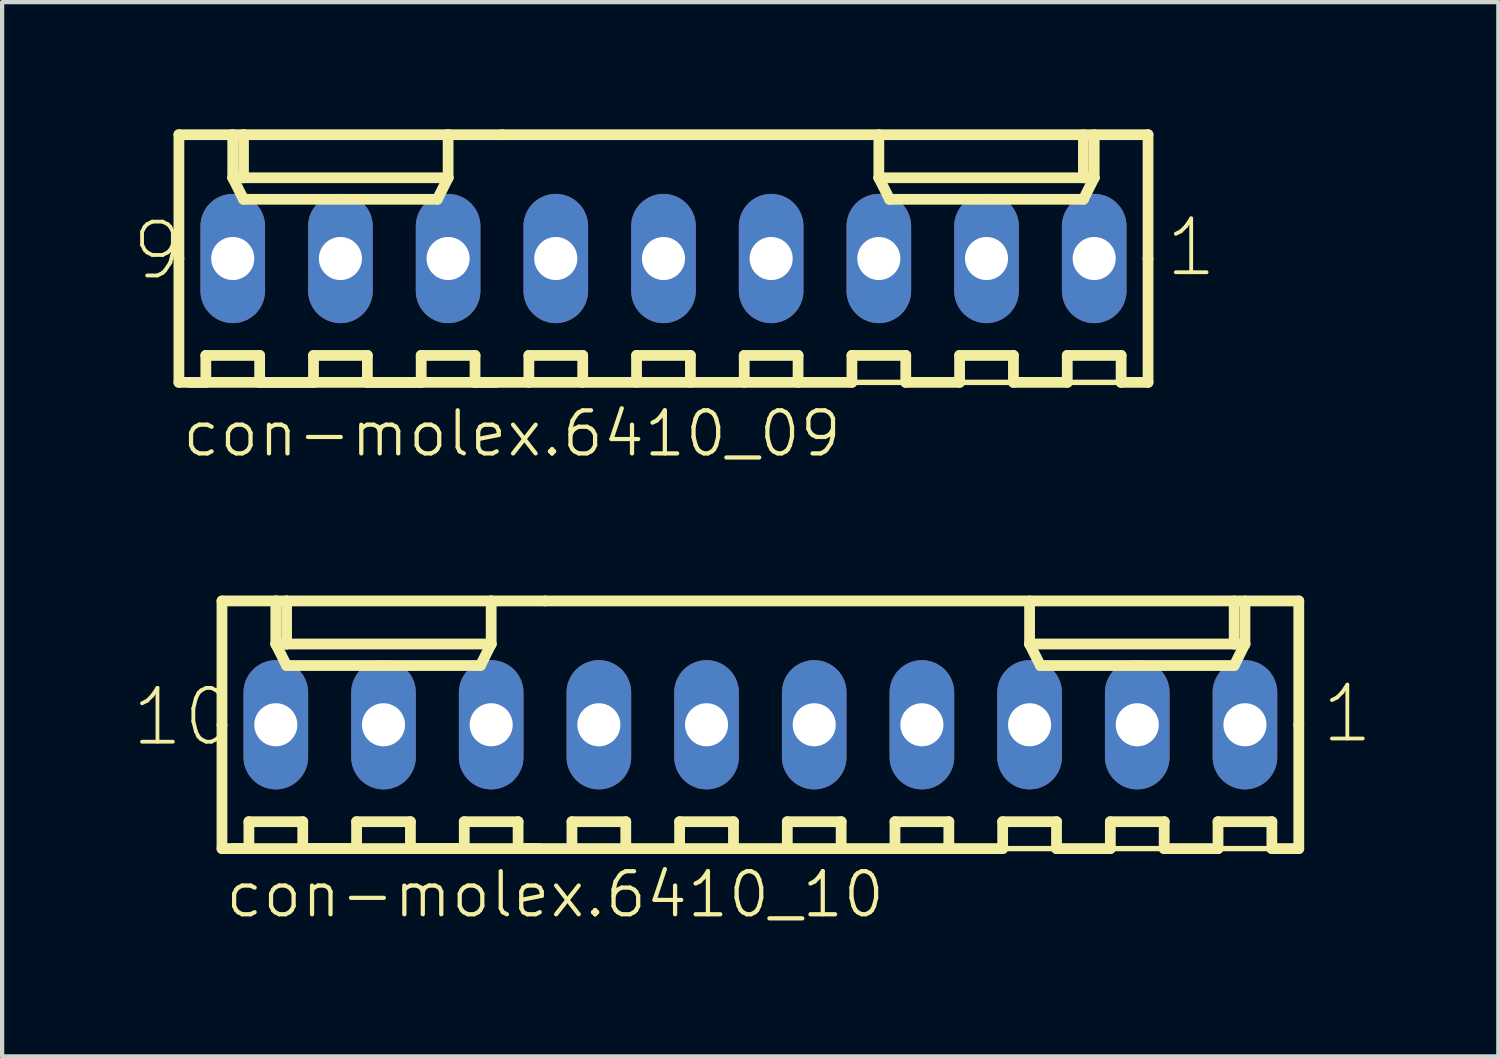
<source format=kicad_pcb>
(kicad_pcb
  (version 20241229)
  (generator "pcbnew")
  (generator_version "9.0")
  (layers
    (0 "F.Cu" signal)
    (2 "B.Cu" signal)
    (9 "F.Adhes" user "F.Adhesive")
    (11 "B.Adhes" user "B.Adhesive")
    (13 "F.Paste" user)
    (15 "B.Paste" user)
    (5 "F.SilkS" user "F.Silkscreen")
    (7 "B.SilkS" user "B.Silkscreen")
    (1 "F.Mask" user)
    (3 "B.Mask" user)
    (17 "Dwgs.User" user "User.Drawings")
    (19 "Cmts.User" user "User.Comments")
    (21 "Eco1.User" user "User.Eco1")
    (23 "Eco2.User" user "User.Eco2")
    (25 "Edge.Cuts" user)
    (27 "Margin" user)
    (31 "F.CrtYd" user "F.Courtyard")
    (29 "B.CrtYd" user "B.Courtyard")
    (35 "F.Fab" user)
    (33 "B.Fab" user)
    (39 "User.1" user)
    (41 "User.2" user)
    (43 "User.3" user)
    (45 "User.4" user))
  (footprint "con-molex.6410_10"
    (layer "F.Cu")
    (at 14.886 14.046)
    (property "Reference" "con-molex.6410_10" (at -12.673 4.599 0) (layer "F.SilkS") (effects (font (size 1.016 1.016) (thickness 0.1)) (justify left bottom)))
    (attr through_hole)
    (fp_line (start -12.7 -2.921) (end -11.43 -2.921) (stroke (width 0.254) (type default)) (layer "F.SilkS"))
    (fp_line (start -12.7 0) (end -12.7 -2.921) (stroke (width 0.254) (type default)) (layer "F.SilkS"))
    (fp_line (start -12.7 0) (end -12.7 2.921) (stroke (width 0.254) (type default)) (layer "F.SilkS"))
    (fp_line (start -12.7 2.921) (end -5.207 2.921) (stroke (width 0.254) (type default)) (layer "F.SilkS"))
    (fp_line (start -12.446 2.921) (end -12.065 2.921) (stroke (width 0.254) (type default)) (layer "F.SilkS"))
    (fp_line (start -12.065 2.286) (end -10.795 2.286) (stroke (width 0.254) (type default)) (layer "F.SilkS"))
    (fp_line (start -12.065 2.921) (end -12.065 2.286) (stroke (width 0.254) (type default)) (layer "F.SilkS"))
    (fp_line (start -11.43 -2.921) (end -11.176 -2.921) (stroke (width 0.254) (type default)) (layer "F.SilkS"))
    (fp_line (start -11.43 -2.54) (end -11.43 -2.921) (stroke (width 0.127) (type default)) (layer "F.SilkS"))
    (fp_line (start -11.43 -1.905) (end -11.43 -2.921) (stroke (width 0.254) (type default)) (layer "F.SilkS"))
    (fp_line (start -11.43 -1.905) (end -11.176 -1.905) (stroke (width 0.254) (type default)) (layer "F.SilkS"))
    (fp_line (start -11.43 -1.905) (end -11.176 -1.397) (stroke (width 0.254) (type default)) (layer "F.SilkS"))
    (fp_line (start -11.176 -2.921) (end -11.176 -1.905) (stroke (width 0.254) (type default)) (layer "F.SilkS"))
    (fp_line (start -11.176 -2.921) (end -6.35 -2.921) (stroke (width 0.254) (type default)) (layer "F.SilkS"))
    (fp_line (start -11.176 -1.905) (end -6.35 -1.905) (stroke (width 0.254) (type default)) (layer "F.SilkS"))
    (fp_line (start -11.176 -1.397) (end -6.604 -1.397) (stroke (width 0.254) (type default)) (layer "F.SilkS"))
    (fp_line (start -10.795 2.286) (end -10.795 2.921) (stroke (width 0.254) (type default)) (layer "F.SilkS"))
    (fp_line (start -10.795 2.921) (end -9.525 2.921) (stroke (width 0.254) (type default)) (layer "F.SilkS"))
    (fp_line (start -9.525 2.286) (end -8.255 2.286) (stroke (width 0.254) (type default)) (layer "F.SilkS"))
    (fp_line (start -9.525 2.921) (end -9.525 2.286) (stroke (width 0.254) (type default)) (layer "F.SilkS"))
    (fp_line (start -8.255 2.286) (end -8.255 2.921) (stroke (width 0.254) (type default)) (layer "F.SilkS"))
    (fp_line (start -8.255 2.921) (end -6.985 2.921) (stroke (width 0.254) (type default)) (layer "F.SilkS"))
    (fp_line (start -6.985 2.286) (end -5.715 2.286) (stroke (width 0.254) (type default)) (layer "F.SilkS"))
    (fp_line (start -6.985 2.921) (end -6.985 2.286) (stroke (width 0.254) (type default)) (layer "F.SilkS"))
    (fp_line (start -6.604 -1.397) (end -6.35 -1.905) (stroke (width 0.254) (type default)) (layer "F.SilkS"))
    (fp_line (start -6.35 -2.921) (end -5.08 -2.921) (stroke (width 0.254) (type default)) (layer "F.SilkS"))
    (fp_line (start -6.35 -1.905) (end -6.35 -2.921) (stroke (width 0.254) (type default)) (layer "F.SilkS"))
    (fp_line (start -5.715 2.286) (end -5.715 2.921) (stroke (width 0.254) (type default)) (layer "F.SilkS"))
    (fp_line (start -5.715 2.921) (end 5.715 2.921) (stroke (width 0.254) (type default)) (layer "F.SilkS"))
    (fp_line (start -4.445 2.286) (end -3.175 2.286) (stroke (width 0.254) (type default)) (layer "F.SilkS"))
    (fp_line (start -4.445 2.921) (end -4.445 2.286) (stroke (width 0.254) (type default)) (layer "F.SilkS"))
    (fp_line (start -3.175 2.286) (end -3.175 2.921) (stroke (width 0.254) (type default)) (layer "F.SilkS"))
    (fp_line (start -1.905 2.286) (end -0.635 2.286) (stroke (width 0.254) (type default)) (layer "F.SilkS"))
    (fp_line (start -1.905 2.921) (end -1.905 2.286) (stroke (width 0.254) (type default)) (layer "F.SilkS"))
    (fp_line (start -0.635 2.286) (end -0.635 2.921) (stroke (width 0.254) (type default)) (layer "F.SilkS"))
    (fp_line (start 0.635 2.286) (end 1.905 2.286) (stroke (width 0.254) (type default)) (layer "F.SilkS"))
    (fp_line (start 0.635 2.921) (end 0.635 2.286) (stroke (width 0.254) (type default)) (layer "F.SilkS"))
    (fp_line (start 1.905 2.286) (end 1.905 2.921) (stroke (width 0.254) (type default)) (layer "F.SilkS"))
    (fp_line (start 3.175 2.286) (end 4.445 2.286) (stroke (width 0.254) (type default)) (layer "F.SilkS"))
    (fp_line (start 3.175 2.921) (end 3.175 2.286) (stroke (width 0.254) (type default)) (layer "F.SilkS"))
    (fp_line (start 4.445 2.286) (end 4.445 2.921) (stroke (width 0.254) (type default)) (layer "F.SilkS"))
    (fp_line (start 5.715 2.286) (end 6.985 2.286) (stroke (width 0.254) (type default)) (layer "F.SilkS"))
    (fp_line (start 5.715 2.921) (end 5.715 2.286) (stroke (width 0.254) (type default)) (layer "F.SilkS"))
    (fp_line (start 6.35 -1.905) (end 6.35 -2.921) (stroke (width 0.254) (type default)) (layer "F.SilkS"))
    (fp_line (start 6.35 -1.905) (end 6.604 -1.397) (stroke (width 0.254) (type default)) (layer "F.SilkS"))
    (fp_line (start 6.35 -1.905) (end 11.176 -1.905) (stroke (width 0.254) (type default)) (layer "F.SilkS"))
    (fp_line (start 6.604 -1.397) (end 11.176 -1.397) (stroke (width 0.254) (type default)) (layer "F.SilkS"))
    (fp_line (start 6.985 2.286) (end 6.985 2.921) (stroke (width 0.254) (type default)) (layer "F.SilkS"))
    (fp_line (start 6.985 2.921) (end 8.255 2.921) (stroke (width 0.254) (type default)) (layer "F.SilkS"))
    (fp_line (start 8.255 2.286) (end 9.525 2.286) (stroke (width 0.254) (type default)) (layer "F.SilkS"))
    (fp_line (start 8.255 2.921) (end 8.255 2.286) (stroke (width 0.254) (type default)) (layer "F.SilkS"))
    (fp_line (start 9.525 2.286) (end 9.525 2.921) (stroke (width 0.254) (type default)) (layer "F.SilkS"))
    (fp_line (start 9.525 2.921) (end 10.795 2.921) (stroke (width 0.254) (type default)) (layer "F.SilkS"))
    (fp_line (start 10.795 2.286) (end 12.065 2.286) (stroke (width 0.254) (type default)) (layer "F.SilkS"))
    (fp_line (start 10.795 2.921) (end 10.795 2.286) (stroke (width 0.254) (type default)) (layer "F.SilkS"))
    (fp_line (start 11.176 -2.921) (end 11.176 -1.905) (stroke (width 0.254) (type default)) (layer "F.SilkS"))
    (fp_line (start 11.176 -1.905) (end 11.43 -1.905) (stroke (width 0.254) (type default)) (layer "F.SilkS"))
    (fp_line (start 11.176 -1.397) (end 11.43 -1.905) (stroke (width 0.254) (type default)) (layer "F.SilkS"))
    (fp_line (start 11.43 -1.905) (end 11.43 -2.921) (stroke (width 0.254) (type default)) (layer "F.SilkS"))
    (fp_line (start 12.065 2.286) (end 12.065 2.921) (stroke (width 0.254) (type default)) (layer "F.SilkS"))
    (fp_line (start 12.065 2.921) (end 12.7 2.921) (stroke (width 0.254) (type default)) (layer "F.SilkS"))
    (fp_line (start 12.7 -2.921) (end -5.08 -2.921) (stroke (width 0.254) (type default)) (layer "F.SilkS"))
    (fp_line (start 12.7 0) (end 12.7 -2.921) (stroke (width 0.254) (type default)) (layer "F.SilkS"))
    (fp_line (start 12.7 0) (end 12.7 2.921) (stroke (width 0.254) (type default)) (layer "F.SilkS"))
    (fp_line (start 12.7 2.921) (end -5.207 2.921) (stroke (width 0.127) (type default)) (layer "F.SilkS"))
    (fp_rect (start -11.684 0.254) (end -11.176 -0.254) (stroke (width 0.05) (type default)) (fill no) (layer "F.Fab"))
    (fp_rect (start -9.144 0.254) (end -8.636 -0.254) (stroke (width 0.05) (type default)) (fill no) (layer "F.Fab"))
    (fp_rect (start -6.604 0.254) (end -6.096 -0.254) (stroke (width 0.05) (type default)) (fill no) (layer "F.Fab"))
    (fp_rect (start -4.064 0.254) (end -3.556 -0.254) (stroke (width 0.05) (type default)) (fill no) (layer "F.Fab"))
    (fp_rect (start -1.524 0.254) (end -1.016 -0.254) (stroke (width 0.05) (type default)) (fill no) (layer "F.Fab"))
    (fp_rect (start 1.016 0.254) (end 1.524 -0.254) (stroke (width 0.05) (type default)) (fill no) (layer "F.Fab"))
    (fp_rect (start 3.556 0.254) (end 4.064 -0.254) (stroke (width 0.05) (type default)) (fill no) (layer "F.Fab"))
    (fp_rect (start 6.096 0.254) (end 6.604 -0.254) (stroke (width 0.05) (type default)) (fill no) (layer "F.Fab"))
    (fp_rect (start 8.636 0.254) (end 9.144 -0.254) (stroke (width 0.05) (type default)) (fill no) (layer "F.Fab"))
    (fp_rect (start 11.176 0.254) (end 11.684 -0.254) (stroke (width 0.05) (type default)) (fill no) (layer "F.Fab"))
    (fp_text user "10" (at -14.886 0.56 0) (layer "F.SilkS") (effects (font (size 1.27 1.27) (thickness 0.09)) (justify left bottom)))
    (fp_text user "1" (at 13.181 0.484 0) (layer "F.SilkS") (effects (font (size 1.27 1.27) (thickness 0.09)) (justify left bottom)))
    (pad "1" thru_hole oval (at 11.43 0 90) (size 3.048 1.524) (drill 1.016) (layers "*.Cu" "*.Mask"))
    (pad "2" thru_hole oval (at 8.89 0 90) (size 3.048 1.524) (drill 1.016) (layers "*.Cu" "*.Mask"))
    (pad "3" thru_hole oval (at 6.35 0 90) (size 3.048 1.524) (drill 1.016) (layers "*.Cu" "*.Mask"))
    (pad "4" thru_hole oval (at 3.81 0 90) (size 3.048 1.524) (drill 1.016) (layers "*.Cu" "*.Mask"))
    (pad "5" thru_hole oval (at 1.27 0 90) (size 3.048 1.524) (drill 1.016) (layers "*.Cu" "*.Mask"))
    (pad "6" thru_hole oval (at -1.27 0 90) (size 3.048 1.524) (drill 1.016) (layers "*.Cu" "*.Mask"))
    (pad "7" thru_hole oval (at -3.81 0 90) (size 3.048 1.524) (drill 1.016) (layers "*.Cu" "*.Mask"))
    (pad "8" thru_hole oval (at -6.35 0 90) (size 3.048 1.524) (drill 1.016) (layers "*.Cu" "*.Mask"))
    (pad "9" thru_hole oval (at -8.89 0 90) (size 3.048 1.524) (drill 1.016) (layers "*.Cu" "*.Mask"))
    (pad "10" thru_hole oval (at -11.43 0 90) (size 3.048 1.524) (drill 1.016) (layers "*.Cu" "*.Mask")))
  (footprint "con-molex.6410_09"
    (layer "F.Cu")
    (at 12.6 3.048)
    (property "Reference" "con-molex.6410_09" (at -11.403 4.726 0) (layer "F.SilkS") (effects (font (size 1.016 1.016) (thickness 0.1)) (justify left bottom)))
    (attr through_hole)
    (fp_line (start -11.43 -2.921) (end -10.16 -2.921) (stroke (width 0.254) (type default)) (layer "F.SilkS"))
    (fp_line (start -11.43 0) (end -11.43 -2.921) (stroke (width 0.254) (type default)) (layer "F.SilkS"))
    (fp_line (start -11.43 0) (end -11.43 2.921) (stroke (width 0.254) (type default)) (layer "F.SilkS"))
    (fp_line (start -11.43 2.921) (end -3.937 2.921) (stroke (width 0.254) (type default)) (layer "F.SilkS"))
    (fp_line (start -11.176 2.921) (end -10.795 2.921) (stroke (width 0.254) (type default)) (layer "F.SilkS"))
    (fp_line (start -10.795 2.286) (end -9.525 2.286) (stroke (width 0.254) (type default)) (layer "F.SilkS"))
    (fp_line (start -10.795 2.921) (end -10.795 2.286) (stroke (width 0.254) (type default)) (layer "F.SilkS"))
    (fp_line (start -10.16 -2.921) (end -9.906 -2.921) (stroke (width 0.254) (type default)) (layer "F.SilkS"))
    (fp_line (start -10.16 -2.54) (end -10.16 -2.921) (stroke (width 0.127) (type default)) (layer "F.SilkS"))
    (fp_line (start -10.16 -1.905) (end -10.16 -2.921) (stroke (width 0.254) (type default)) (layer "F.SilkS"))
    (fp_line (start -10.16 -1.905) (end -9.906 -1.905) (stroke (width 0.254) (type default)) (layer "F.SilkS"))
    (fp_line (start -10.16 -1.905) (end -9.906 -1.397) (stroke (width 0.254) (type default)) (layer "F.SilkS"))
    (fp_line (start -9.906 -2.921) (end -9.906 -1.905) (stroke (width 0.254) (type default)) (layer "F.SilkS"))
    (fp_line (start -9.906 -2.921) (end -5.08 -2.921) (stroke (width 0.254) (type default)) (layer "F.SilkS"))
    (fp_line (start -9.906 -1.905) (end -5.08 -1.905) (stroke (width 0.254) (type default)) (layer "F.SilkS"))
    (fp_line (start -9.906 -1.397) (end -5.334 -1.397) (stroke (width 0.254) (type default)) (layer "F.SilkS"))
    (fp_line (start -9.525 2.286) (end -9.525 2.921) (stroke (width 0.254) (type default)) (layer "F.SilkS"))
    (fp_line (start -9.525 2.921) (end -8.255 2.921) (stroke (width 0.254) (type default)) (layer "F.SilkS"))
    (fp_line (start -8.255 2.286) (end -6.985 2.286) (stroke (width 0.254) (type default)) (layer "F.SilkS"))
    (fp_line (start -8.255 2.921) (end -8.255 2.286) (stroke (width 0.254) (type default)) (layer "F.SilkS"))
    (fp_line (start -6.985 2.286) (end -6.985 2.921) (stroke (width 0.254) (type default)) (layer "F.SilkS"))
    (fp_line (start -6.985 2.921) (end -5.715 2.921) (stroke (width 0.254) (type default)) (layer "F.SilkS"))
    (fp_line (start -5.715 2.286) (end -4.445 2.286) (stroke (width 0.254) (type default)) (layer "F.SilkS"))
    (fp_line (start -5.715 2.921) (end -5.715 2.286) (stroke (width 0.254) (type default)) (layer "F.SilkS"))
    (fp_line (start -5.334 -1.397) (end -5.08 -1.905) (stroke (width 0.254) (type default)) (layer "F.SilkS"))
    (fp_line (start -5.08 -2.921) (end -3.81 -2.921) (stroke (width 0.254) (type default)) (layer "F.SilkS"))
    (fp_line (start -5.08 -1.905) (end -5.08 -2.921) (stroke (width 0.254) (type default)) (layer "F.SilkS"))
    (fp_line (start -4.445 2.286) (end -4.445 2.921) (stroke (width 0.254) (type default)) (layer "F.SilkS"))
    (fp_line (start -4.445 2.921) (end 4.445 2.921) (stroke (width 0.254) (type default)) (layer "F.SilkS"))
    (fp_line (start -3.175 2.286) (end -1.905 2.286) (stroke (width 0.254) (type default)) (layer "F.SilkS"))
    (fp_line (start -3.175 2.921) (end -3.175 2.286) (stroke (width 0.254) (type default)) (layer "F.SilkS"))
    (fp_line (start -1.905 2.286) (end -1.905 2.921) (stroke (width 0.254) (type default)) (layer "F.SilkS"))
    (fp_line (start -0.635 2.286) (end 0.635 2.286) (stroke (width 0.254) (type default)) (layer "F.SilkS"))
    (fp_line (start -0.635 2.921) (end -0.635 2.286) (stroke (width 0.254) (type default)) (layer "F.SilkS"))
    (fp_line (start 0.635 2.286) (end 0.635 2.921) (stroke (width 0.254) (type default)) (layer "F.SilkS"))
    (fp_line (start 1.905 2.286) (end 3.175 2.286) (stroke (width 0.254) (type default)) (layer "F.SilkS"))
    (fp_line (start 1.905 2.921) (end 1.905 2.286) (stroke (width 0.254) (type default)) (layer "F.SilkS"))
    (fp_line (start 3.175 2.286) (end 3.175 2.921) (stroke (width 0.254) (type default)) (layer "F.SilkS"))
    (fp_line (start 4.445 2.286) (end 5.715 2.286) (stroke (width 0.254) (type default)) (layer "F.SilkS"))
    (fp_line (start 4.445 2.921) (end 4.445 2.286) (stroke (width 0.254) (type default)) (layer "F.SilkS"))
    (fp_line (start 5.08 -1.905) (end 5.08 -2.921) (stroke (width 0.254) (type default)) (layer "F.SilkS"))
    (fp_line (start 5.08 -1.905) (end 5.334 -1.397) (stroke (width 0.254) (type default)) (layer "F.SilkS"))
    (fp_line (start 5.08 -1.905) (end 9.906 -1.905) (stroke (width 0.254) (type default)) (layer "F.SilkS"))
    (fp_line (start 5.334 -1.397) (end 9.906 -1.397) (stroke (width 0.254) (type default)) (layer "F.SilkS"))
    (fp_line (start 5.715 2.286) (end 5.715 2.921) (stroke (width 0.254) (type default)) (layer "F.SilkS"))
    (fp_line (start 5.715 2.921) (end 6.985 2.921) (stroke (width 0.254) (type default)) (layer "F.SilkS"))
    (fp_line (start 6.985 2.286) (end 8.255 2.286) (stroke (width 0.254) (type default)) (layer "F.SilkS"))
    (fp_line (start 6.985 2.921) (end 6.985 2.286) (stroke (width 0.254) (type default)) (layer "F.SilkS"))
    (fp_line (start 8.255 2.286) (end 8.255 2.921) (stroke (width 0.254) (type default)) (layer "F.SilkS"))
    (fp_line (start 8.255 2.921) (end 9.525 2.921) (stroke (width 0.254) (type default)) (layer "F.SilkS"))
    (fp_line (start 9.525 2.286) (end 10.795 2.286) (stroke (width 0.254) (type default)) (layer "F.SilkS"))
    (fp_line (start 9.525 2.921) (end 9.525 2.286) (stroke (width 0.254) (type default)) (layer "F.SilkS"))
    (fp_line (start 9.906 -2.921) (end 9.906 -1.905) (stroke (width 0.254) (type default)) (layer "F.SilkS"))
    (fp_line (start 9.906 -1.905) (end 10.16 -1.905) (stroke (width 0.254) (type default)) (layer "F.SilkS"))
    (fp_line (start 9.906 -1.397) (end 10.16 -1.905) (stroke (width 0.254) (type default)) (layer "F.SilkS"))
    (fp_line (start 10.16 -1.905) (end 10.16 -2.921) (stroke (width 0.254) (type default)) (layer "F.SilkS"))
    (fp_line (start 10.795 2.286) (end 10.795 2.921) (stroke (width 0.254) (type default)) (layer "F.SilkS"))
    (fp_line (start 10.795 2.921) (end 11.43 2.921) (stroke (width 0.254) (type default)) (layer "F.SilkS"))
    (fp_line (start 11.43 -2.921) (end -3.81 -2.921) (stroke (width 0.254) (type default)) (layer "F.SilkS"))
    (fp_line (start 11.43 0) (end 11.43 -2.921) (stroke (width 0.254) (type default)) (layer "F.SilkS"))
    (fp_line (start 11.43 0) (end 11.43 2.921) (stroke (width 0.254) (type default)) (layer "F.SilkS"))
    (fp_line (start 11.43 2.921) (end -3.937 2.921) (stroke (width 0.127) (type default)) (layer "F.SilkS"))
    (fp_rect (start -10.414 0.254) (end -9.906 -0.254) (stroke (width 0.05) (type default)) (fill no) (layer "F.Fab"))
    (fp_rect (start -7.874 0.254) (end -7.366 -0.254) (stroke (width 0.05) (type default)) (fill no) (layer "F.Fab"))
    (fp_rect (start -5.334 0.254) (end -4.826 -0.254) (stroke (width 0.05) (type default)) (fill no) (layer "F.Fab"))
    (fp_rect (start -2.794 0.254) (end -2.286 -0.254) (stroke (width 0.05) (type default)) (fill no) (layer "F.Fab"))
    (fp_rect (start -0.254 0.254) (end 0.254 -0.254) (stroke (width 0.05) (type default)) (fill no) (layer "F.Fab"))
    (fp_rect (start 2.286 0.254) (end 2.794 -0.254) (stroke (width 0.05) (type default)) (fill no) (layer "F.Fab"))
    (fp_rect (start 4.826 0.254) (end 5.334 -0.254) (stroke (width 0.05) (type default)) (fill no) (layer "F.Fab"))
    (fp_rect (start 7.366 0.254) (end 7.874 -0.254) (stroke (width 0.05) (type default)) (fill no) (layer "F.Fab"))
    (fp_rect (start 9.906 0.254) (end 10.414 -0.254) (stroke (width 0.05) (type default)) (fill no) (layer "F.Fab"))
    (fp_text user "1" (at 11.784 0.484 0) (layer "F.SilkS") (effects (font (size 1.27 1.27) (thickness 0.09)) (justify left bottom)))
    (fp_text user "9" (at -12.6 0.56 0) (layer "F.SilkS") (effects (font (size 1.27 1.27) (thickness 0.09)) (justify left bottom)))
    (pad "1" thru_hole oval (at 10.16 0 90) (size 3.048 1.524) (drill 1.016) (layers "*.Cu" "*.Mask"))
    (pad "2" thru_hole oval (at 7.62 0 90) (size 3.048 1.524) (drill 1.016) (layers "*.Cu" "*.Mask"))
    (pad "3" thru_hole oval (at 5.08 0 90) (size 3.048 1.524) (drill 1.016) (layers "*.Cu" "*.Mask"))
    (pad "4" thru_hole oval (at 2.54 0 90) (size 3.048 1.524) (drill 1.016) (layers "*.Cu" "*.Mask"))
    (pad "5" thru_hole oval (at 0 0 90) (size 3.048 1.524) (drill 1.016) (layers "*.Cu" "*.Mask"))
    (pad "6" thru_hole oval (at -2.54 0 90) (size 3.048 1.524) (drill 1.016) (layers "*.Cu" "*.Mask"))
    (pad "7" thru_hole oval (at -5.08 0 90) (size 3.048 1.524) (drill 1.016) (layers "*.Cu" "*.Mask"))
    (pad "8" thru_hole oval (at -7.62 0 90) (size 3.048 1.524) (drill 1.016) (layers "*.Cu" "*.Mask"))
    (pad "9" thru_hole oval (at -10.16 0 90) (size 3.048 1.524) (drill 1.016) (layers "*.Cu" "*.Mask")))
  (gr_rect
    (start -3 -3)
    (end 32.293 21.868)
    (stroke (width 0.1) (type default))
    (fill no)
    (layer "Edge.Cuts")))
</source>
